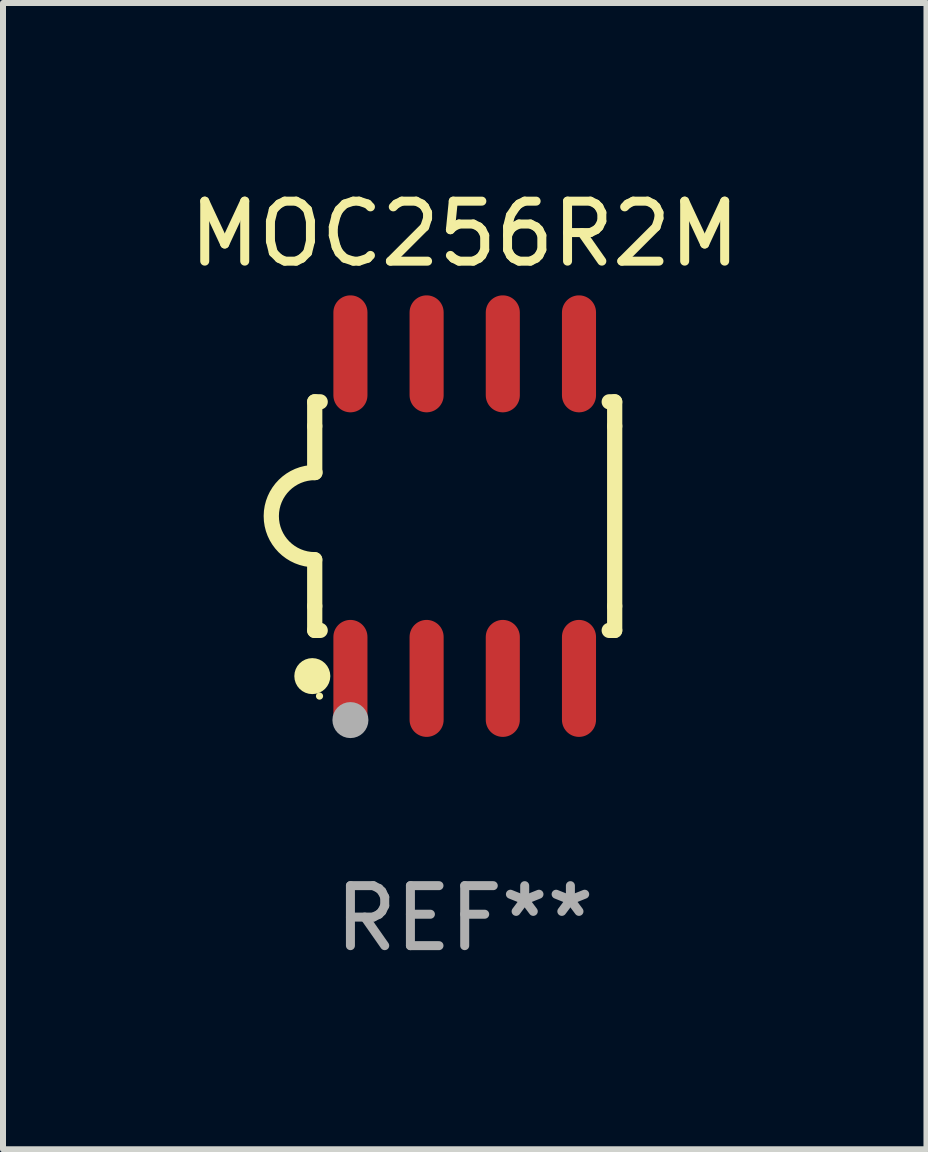
<source format=kicad_pcb>
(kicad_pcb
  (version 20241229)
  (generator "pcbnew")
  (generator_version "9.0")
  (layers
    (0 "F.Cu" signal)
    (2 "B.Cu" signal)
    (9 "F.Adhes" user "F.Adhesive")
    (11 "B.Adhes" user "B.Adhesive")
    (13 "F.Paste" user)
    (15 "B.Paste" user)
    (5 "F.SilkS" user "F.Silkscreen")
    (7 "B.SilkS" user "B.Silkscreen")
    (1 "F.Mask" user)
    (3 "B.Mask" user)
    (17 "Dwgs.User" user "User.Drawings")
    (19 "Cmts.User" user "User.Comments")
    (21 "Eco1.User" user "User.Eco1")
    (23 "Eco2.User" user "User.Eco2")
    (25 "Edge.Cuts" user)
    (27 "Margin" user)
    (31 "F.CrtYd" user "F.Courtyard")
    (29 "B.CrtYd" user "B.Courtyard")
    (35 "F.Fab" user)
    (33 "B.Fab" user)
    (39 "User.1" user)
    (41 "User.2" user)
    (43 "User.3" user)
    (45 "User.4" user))
  (footprint "MOC256R2M"
    (layer "F.Cu")
    (at 4.696 5.553)
    (property "Reference" "MOC256R2M" (at 0 -4.705 0) (layer "F.SilkS") (effects (font (size 1 1) (thickness 0.15))))
    (attr through_hole)
    (fp_line (start -2.5 -1.905) (end -2.409 -1.905) (stroke (width 0.254) (type solid)) (layer "F.SilkS"))
    (fp_line (start -2.5 -1.5) (end -2.5 -1.905) (stroke (width 0.254) (type solid)) (layer "F.SilkS"))
    (fp_line (start -2.5 -1.5) (end -2.5 -0.726) (stroke (width 0.254) (type solid)) (layer "F.SilkS"))
    (fp_line (start -2.5 1.5) (end -2.5 0.727) (stroke (width 0.254) (type solid)) (layer "F.SilkS"))
    (fp_line (start -2.5 1.5) (end -2.5 1.905) (stroke (width 0.254) (type solid)) (layer "F.SilkS"))
    (fp_line (start -2.5 1.905) (end -2.409 1.905) (stroke (width 0.254) (type solid)) (layer "F.SilkS"))
    (fp_line (start 2.5 -1.905) (end 2.409 -1.905) (stroke (width 0.254) (type solid)) (layer "F.SilkS"))
    (fp_line (start 2.5 -1.5) (end 2.5 -1.905) (stroke (width 0.254) (type solid)) (layer "F.SilkS"))
    (fp_line (start 2.5 -1.5) (end 2.5 1.5) (stroke (width 0.254) (type solid)) (layer "F.SilkS"))
    (fp_line (start 2.5 1.5) (end 2.5 1.905) (stroke (width 0.254) (type solid)) (layer "F.SilkS"))
    (fp_line (start 2.5 1.905) (end 2.409 1.905) (stroke (width 0.254) (type solid)) (layer "F.SilkS"))
    (fp_arc (start -2.5 0.726568) (mid -3.220316 -0.0023) (end -2.495097 -0.726289) (stroke (width 0.254001) (type solid)) (layer "F.SilkS"))
    (fp_circle (center -2.54 2.667) (end -2.39 2.667) (stroke (width 0.3) (type solid)) (fill no) (layer "F.SilkS"))
    (fp_circle (center -2.42 3) (end -2.39 3) (stroke (width 0.06) (type solid)) (fill no) (layer "F.SilkS"))
    (fp_circle (center -1.905 3.4) (end -1.755 3.4) (stroke (width 0.3) (type solid)) (fill no) (layer "F.Fab"))
    (fp_text user "REF**" (at 0 6.705 0) (layer "F.Fab") (effects (font (size 1 1) (thickness 0.15))))
    (pad "1" smd oval (at -1.905 2.705) (size 0.568 1.95) (layers "F.Cu" "F.Mask" "F.Paste"))
    (pad "2" smd oval (at -0.635 2.705) (size 0.568 1.95) (layers "F.Cu" "F.Mask" "F.Paste"))
    (pad "3" smd oval (at 0.635 2.705) (size 0.568 1.95) (layers "F.Cu" "F.Mask" "F.Paste"))
    (pad "4" smd oval (at 1.905 2.705) (size 0.568 1.95) (layers "F.Cu" "F.Mask" "F.Paste"))
    (pad "5" smd oval (at 1.905 -2.705) (size 0.568 1.95) (layers "F.Cu" "F.Mask" "F.Paste"))
    (pad "6" smd oval (at 0.635 -2.705) (size 0.568 1.95) (layers "F.Cu" "F.Mask" "F.Paste"))
    (pad "7" smd oval (at -0.635 -2.705) (size 0.568 1.95) (layers "F.Cu" "F.Mask" "F.Paste"))
    (pad "8" smd oval (at -1.905 -2.705) (size 0.568 1.95) (layers "F.Cu" "F.Mask" "F.Paste")))
  (gr_rect
    (start -3 -3)
    (end 12.393 16.107)
    (stroke (width 0.1) (type default))
    (fill no)
    (layer "Edge.Cuts")))
</source>
